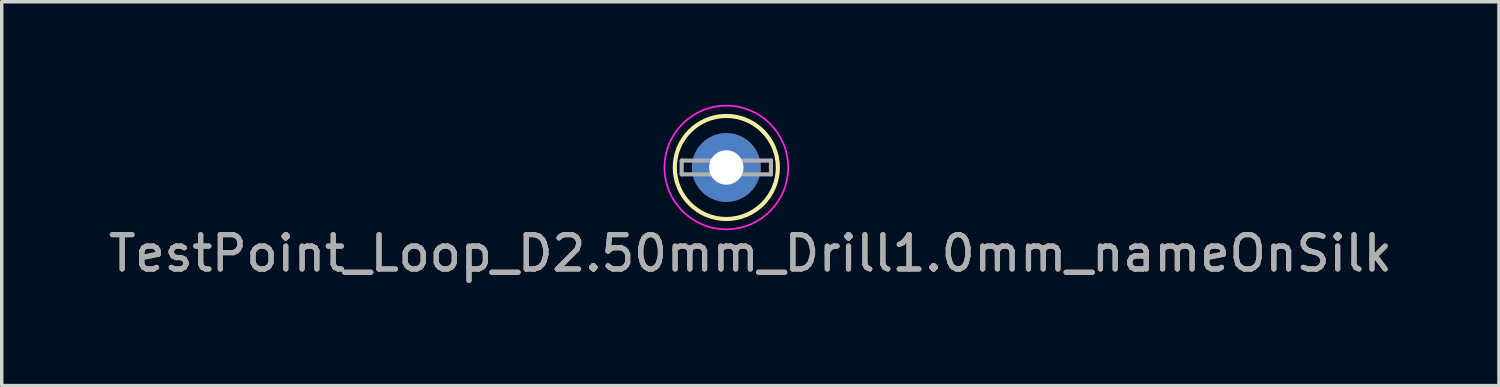
<source format=kicad_pcb>
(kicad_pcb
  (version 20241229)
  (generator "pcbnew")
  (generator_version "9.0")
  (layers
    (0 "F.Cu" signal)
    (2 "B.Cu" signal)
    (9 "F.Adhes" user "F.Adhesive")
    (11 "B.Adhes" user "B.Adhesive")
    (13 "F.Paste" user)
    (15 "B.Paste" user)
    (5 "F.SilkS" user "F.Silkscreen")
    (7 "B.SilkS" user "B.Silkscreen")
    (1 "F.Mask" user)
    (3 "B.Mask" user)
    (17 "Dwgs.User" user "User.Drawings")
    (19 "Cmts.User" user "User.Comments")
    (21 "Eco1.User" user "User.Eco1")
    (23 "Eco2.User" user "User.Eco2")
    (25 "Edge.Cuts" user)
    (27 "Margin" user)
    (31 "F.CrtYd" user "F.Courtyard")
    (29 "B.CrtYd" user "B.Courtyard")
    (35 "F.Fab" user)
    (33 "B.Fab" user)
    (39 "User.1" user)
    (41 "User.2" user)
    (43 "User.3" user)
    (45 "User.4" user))
  (footprint "TestPoint_Loop_D2.50mm_Drill1.0mm_nameOnSilk"
    (layer "F.Cu")
    (at 18.092 1.825)
    (property "Reference" "TestPoint_Loop_D2.50mm_Drill1.0mm_nameOnSilk" (at 0.7 2.5 0) (layer "F.Fab") (effects (font (size 1 1) (thickness 0.15))))
    (attr through_hole)
    (fp_circle (center 0 0) (end 1.5 0) (stroke (width 0.12) (type solid)) (fill no) (layer "F.SilkS"))
    (fp_circle (center 0 0) (end 1.8 0) (stroke (width 0.05) (type solid)) (fill no) (layer "F.CrtYd"))
    (fp_line (start -1.3 -0.2) (end -1.3 0.2) (stroke (width 0.12) (type solid)) (layer "F.Fab"))
    (fp_line (start -1.3 0.2) (end 1.3 0.2) (stroke (width 0.12) (type solid)) (layer "F.Fab"))
    (fp_line (start 1.3 -0.2) (end -1.3 -0.2) (stroke (width 0.12) (type solid)) (layer "F.Fab"))
    (fp_line (start 1.3 0.2) (end 1.3 -0.2) (stroke (width 0.12) (type solid)) (layer "F.Fab"))
    (fp_text user "${REFERENCE}" (at 0.7 2.5 0) (layer "F.Fab") (effects (font (size 1 1) (thickness 0.15))))
    (pad "1" thru_hole circle (at 0 0) (size 2 2) (drill 1) (layers "*.Cu" "*.Mask")))
  (gr_rect
    (start -3 -3)
    (end 40.583 8.173)
    (stroke (width 0.1) (type default))
    (fill no)
    (layer "Edge.Cuts")))
</source>
